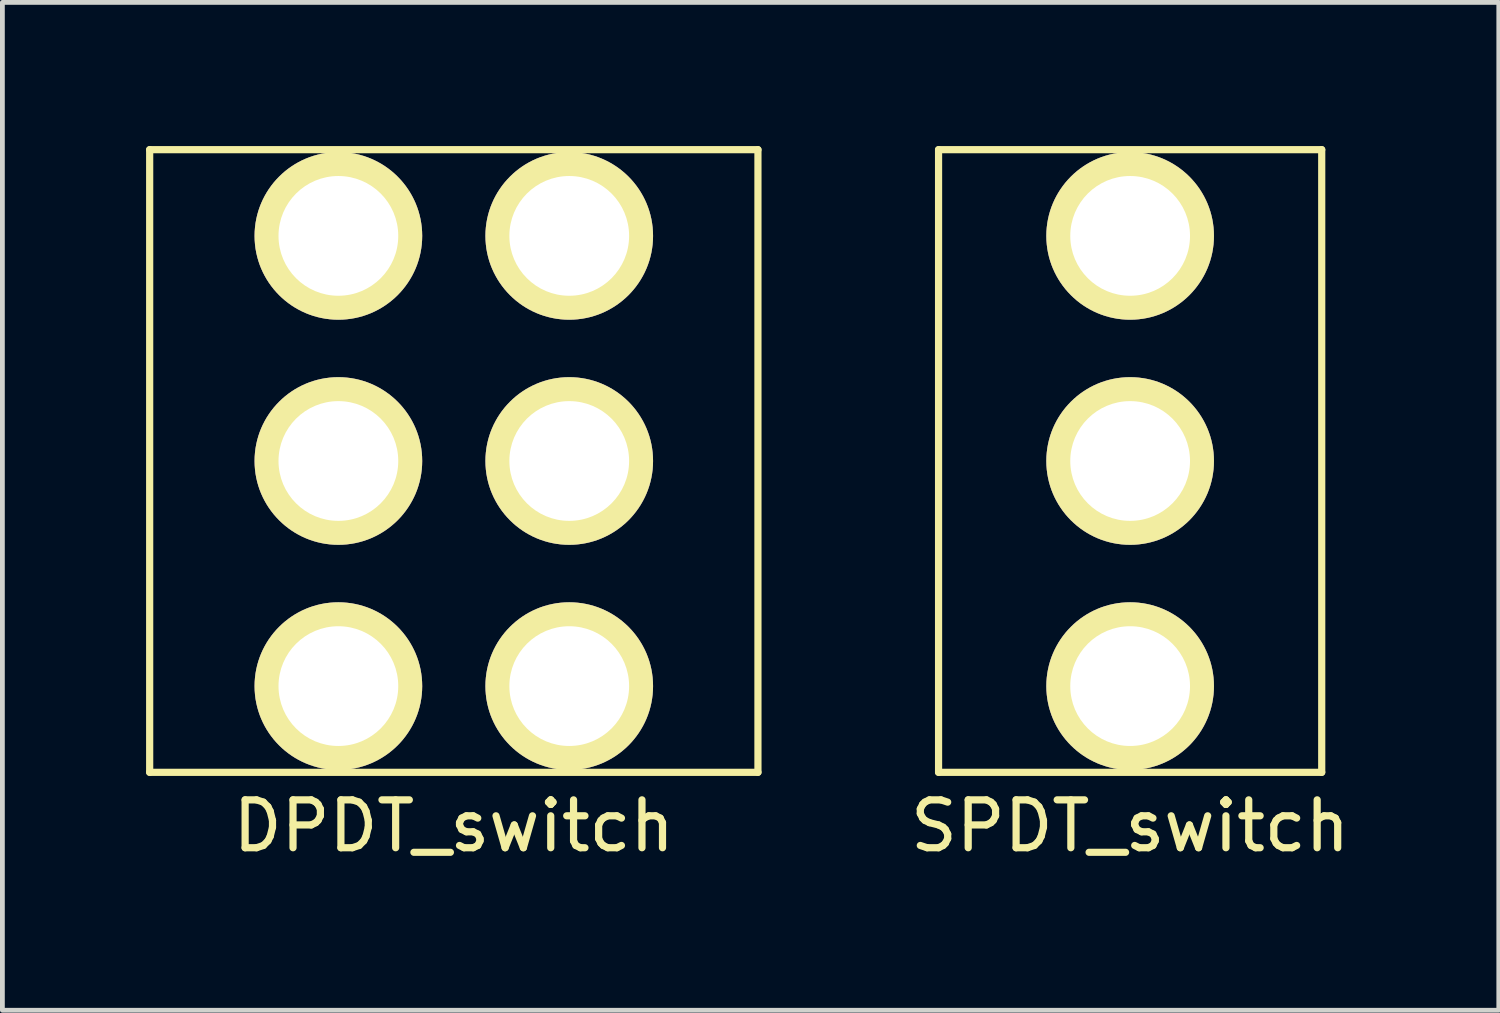
<source format=kicad_pcb>
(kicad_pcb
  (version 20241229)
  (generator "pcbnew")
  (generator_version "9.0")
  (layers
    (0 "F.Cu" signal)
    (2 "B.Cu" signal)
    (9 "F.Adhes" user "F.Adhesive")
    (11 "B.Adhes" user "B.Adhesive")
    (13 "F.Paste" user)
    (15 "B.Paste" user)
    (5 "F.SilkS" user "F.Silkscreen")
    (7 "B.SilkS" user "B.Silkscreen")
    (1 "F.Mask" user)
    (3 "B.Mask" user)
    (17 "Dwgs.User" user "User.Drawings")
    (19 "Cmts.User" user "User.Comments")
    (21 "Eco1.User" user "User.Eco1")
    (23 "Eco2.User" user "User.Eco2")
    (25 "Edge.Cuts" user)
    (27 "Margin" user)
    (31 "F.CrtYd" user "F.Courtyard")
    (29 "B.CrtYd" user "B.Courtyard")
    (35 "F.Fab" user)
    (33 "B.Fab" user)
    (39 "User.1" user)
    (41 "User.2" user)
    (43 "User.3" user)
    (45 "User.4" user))
  (footprint "DPDT_switch"
    (layer "F.Cu")
    (at 6.425 6.575)
    (property "Reference" "DPDT_switch" (at 0 7.62 0) (layer "F.SilkS") (effects (font (size 1 1) (thickness 0.15))))
    (attr through_hole)
    (fp_line (start -6.35 -6.5) (end 6.35 -6.5) (stroke (width 0.15) (type solid)) (layer "F.SilkS"))
    (fp_line (start -6.35 6.5) (end -6.35 -6.5) (stroke (width 0.15) (type solid)) (layer "F.SilkS"))
    (fp_line (start 6.35 -6.5) (end 6.35 6.5) (stroke (width 0.15) (type solid)) (layer "F.SilkS"))
    (fp_line (start 6.35 6.5) (end -6.35 6.5) (stroke (width 0.15) (type solid)) (layer "F.SilkS"))
    (pad "1" thru_hole circle (at -2.41 4.7) (size 3.5 3.5) (drill 2.5) (layers "*.Cu" "*.Mask" "F.SilkS"))
    (pad "2" thru_hole circle (at -2.41 0) (size 3.5 3.5) (drill 2.5) (layers "*.Cu" "*.Mask" "F.SilkS"))
    (pad "3" thru_hole circle (at -2.41 -4.7) (size 3.5 3.5) (drill 2.5) (layers "*.Cu" "*.Mask" "F.SilkS"))
    (pad "4" thru_hole circle (at 2.41 4.7) (size 3.5 3.5) (drill 2.5) (layers "*.Cu" "*.Mask" "F.SilkS"))
    (pad "5" thru_hole circle (at 2.41 0) (size 3.5 3.5) (drill 2.5) (layers "*.Cu" "*.Mask" "F.SilkS"))
    (pad "6" thru_hole circle (at 2.41 -4.7) (size 3.5 3.5) (drill 2.5) (layers "*.Cu" "*.Mask" "F.SilkS")))
  (footprint "SPDT_switch"
    (layer "F.Cu")
    (at 20.546 6.575)
    (property "Reference" "SPDT_switch" (at 0 7.62 0) (layer "F.SilkS") (effects (font (size 1 1) (thickness 0.15))))
    (attr through_hole)
    (fp_line (start -4 -6.5) (end 4 -6.5) (stroke (width 0.15) (type solid)) (layer "F.SilkS"))
    (fp_line (start -4 6.5) (end -4 -6.5) (stroke (width 0.15) (type solid)) (layer "F.SilkS"))
    (fp_line (start 4 -6.5) (end 4 6.5) (stroke (width 0.15) (type solid)) (layer "F.SilkS"))
    (fp_line (start 4 6.5) (end -4 6.5) (stroke (width 0.15) (type solid)) (layer "F.SilkS"))
    (pad "1" thru_hole circle (at 0 4.7) (size 3.5 3.5) (drill 2.5) (layers "*.Cu" "*.Mask" "F.SilkS"))
    (pad "2" thru_hole circle (at 0 0) (size 3.5 3.5) (drill 2.5) (layers "*.Cu" "*.Mask" "F.SilkS"))
    (pad "3" thru_hole circle (at 0 -4.7) (size 3.5 3.5) (drill 2.5) (layers "*.Cu" "*.Mask" "F.SilkS")))
  (gr_rect
    (start -3 -3)
    (end 28.243 18.043)
    (stroke (width 0.1) (type default))
    (fill no)
    (layer "Edge.Cuts")))
</source>
